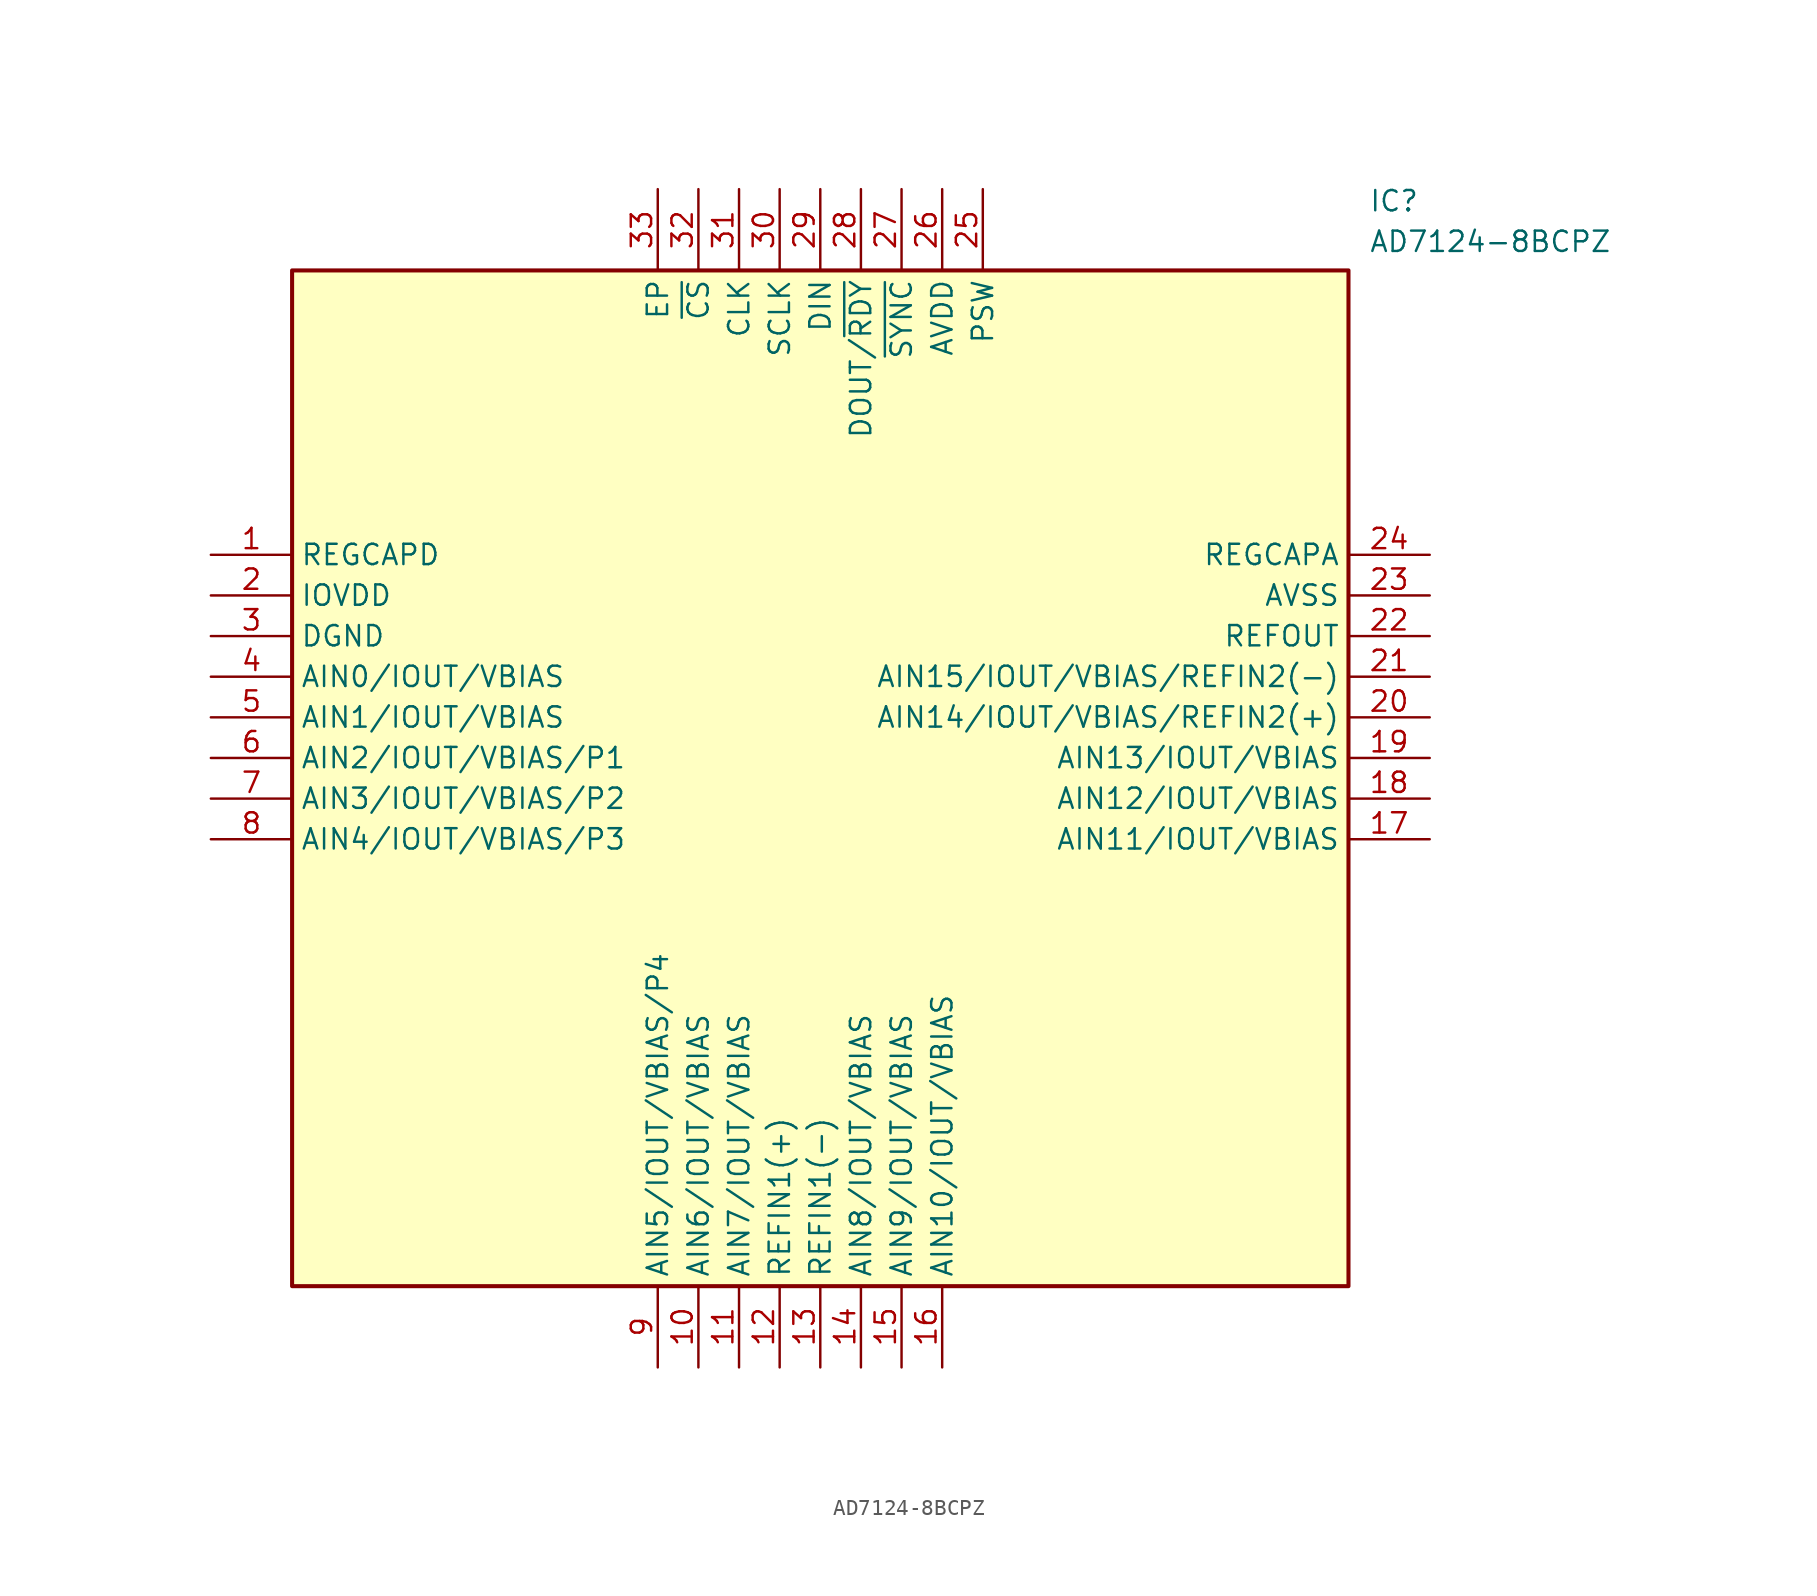
<source format=kicad_sym>
(kicad_symbol_lib
  (version 20211014)
  (generator SamacSys_ECAD_Model)
  (symbol "AD7124-8BCPZ"
    (property "Reference" "IC"
      (at 72.39 22.86 0)
      (effects (font (size 1.27 1.27)) (justify left top)))
    (property "Value" "AD7124-8BCPZ"
      (at 72.39 20.32 0)
      (effects (font (size 1.27 1.27)) (justify left top)))
    (rectangle
      (start 5.08 17.78)
      (end 71.12 -45.72)
      (stroke (width 0.254) (type default))
      (fill (type background)))
    (pin passive line
      (at 0 0 0)
      (length 5.08)
      (name "REGCAPD" (effects (font (size 1.27 1.27))))
      (number "1" (effects (font (size 1.27 1.27)))))
    (pin passive line
      (at 0 -2.54 0)
      (length 5.08)
      (name "IOVDD" (effects (font (size 1.27 1.27))))
      (number "2" (effects (font (size 1.27 1.27)))))
    (pin passive line
      (at 0 -5.08 0)
      (length 5.08)
      (name "DGND" (effects (font (size 1.27 1.27))))
      (number "3" (effects (font (size 1.27 1.27)))))
    (pin passive line
      (at 0 -7.62 0)
      (length 5.08)
      (name "AIN0/IOUT/VBIAS" (effects (font (size 1.27 1.27))))
      (number "4" (effects (font (size 1.27 1.27)))))
    (pin passive line
      (at 0 -10.16 0)
      (length 5.08)
      (name "AIN1/IOUT/VBIAS" (effects (font (size 1.27 1.27))))
      (number "5" (effects (font (size 1.27 1.27)))))
    (pin passive line
      (at 0 -12.7 0)
      (length 5.08)
      (name "AIN2/IOUT/VBIAS/P1" (effects (font (size 1.27 1.27))))
      (number "6" (effects (font (size 1.27 1.27)))))
    (pin passive line
      (at 0 -15.24 0)
      (length 5.08)
      (name "AIN3/IOUT/VBIAS/P2" (effects (font (size 1.27 1.27))))
      (number "7" (effects (font (size 1.27 1.27)))))
    (pin passive line
      (at 0 -17.78 0)
      (length 5.08)
      (name "AIN4/IOUT/VBIAS/P3" (effects (font (size 1.27 1.27))))
      (number "8" (effects (font (size 1.27 1.27)))))
    (pin passive line
      (at 27.94 -50.8 90)
      (length 5.08)
      (name "AIN5/IOUT/VBIAS/P4" (effects (font (size 1.27 1.27))))
      (number "9" (effects (font (size 1.27 1.27)))))
    (pin passive line
      (at 30.48 -50.8 90)
      (length 5.08)
      (name "AIN6/IOUT/VBIAS" (effects (font (size 1.27 1.27))))
      (number "10" (effects (font (size 1.27 1.27)))))
    (pin passive line
      (at 33.02 -50.8 90)
      (length 5.08)
      (name "AIN7/IOUT/VBIAS" (effects (font (size 1.27 1.27))))
      (number "11" (effects (font (size 1.27 1.27)))))
    (pin passive line
      (at 35.56 -50.8 90)
      (length 5.08)
      (name "REFIN1(+)" (effects (font (size 1.27 1.27))))
      (number "12" (effects (font (size 1.27 1.27)))))
    (pin passive line
      (at 38.1 -50.8 90)
      (length 5.08)
      (name "REFIN1(-)" (effects (font (size 1.27 1.27))))
      (number "13" (effects (font (size 1.27 1.27)))))
    (pin passive line
      (at 40.64 -50.8 90)
      (length 5.08)
      (name "AIN8/IOUT/VBIAS" (effects (font (size 1.27 1.27))))
      (number "14" (effects (font (size 1.27 1.27)))))
    (pin passive line
      (at 43.18 -50.8 90)
      (length 5.08)
      (name "AIN9/IOUT/VBIAS" (effects (font (size 1.27 1.27))))
      (number "15" (effects (font (size 1.27 1.27)))))
    (pin passive line
      (at 45.72 -50.8 90)
      (length 5.08)
      (name "AIN10/IOUT/VBIAS" (effects (font (size 1.27 1.27))))
      (number "16" (effects (font (size 1.27 1.27)))))
    (pin passive line
      (at 76.2 0 180)
      (length 5.08)
      (name "REGCAPA" (effects (font (size 1.27 1.27))))
      (number "24" (effects (font (size 1.27 1.27)))))
    (pin passive line
      (at 76.2 -2.54 180)
      (length 5.08)
      (name "AVSS" (effects (font (size 1.27 1.27))))
      (number "23" (effects (font (size 1.27 1.27)))))
    (pin passive line
      (at 76.2 -5.08 180)
      (length 5.08)
      (name "REFOUT" (effects (font (size 1.27 1.27))))
      (number "22" (effects (font (size 1.27 1.27)))))
    (pin passive line
      (at 76.2 -7.62 180)
      (length 5.08)
      (name "AIN15/IOUT/VBIAS/REFIN2(-)" (effects (font (size 1.27 1.27))))
      (number "21" (effects (font (size 1.27 1.27)))))
    (pin passive line
      (at 76.2 -10.16 180)
      (length 5.08)
      (name "AIN14/IOUT/VBIAS/REFIN2(+)" (effects (font (size 1.27 1.27))))
      (number "20" (effects (font (size 1.27 1.27)))))
    (pin passive line
      (at 76.2 -12.7 180)
      (length 5.08)
      (name "AIN13/IOUT/VBIAS" (effects (font (size 1.27 1.27))))
      (number "19" (effects (font (size 1.27 1.27)))))
    (pin passive line
      (at 76.2 -15.24 180)
      (length 5.08)
      (name "AIN12/IOUT/VBIAS" (effects (font (size 1.27 1.27))))
      (number "18" (effects (font (size 1.27 1.27)))))
    (pin passive line
      (at 76.2 -17.78 180)
      (length 5.08)
      (name "AIN11/IOUT/VBIAS" (effects (font (size 1.27 1.27))))
      (number "17" (effects (font (size 1.27 1.27)))))
    (pin passive line
      (at 27.94 22.86 270)
      (length 5.08)
      (name "EP" (effects (font (size 1.27 1.27))))
      (number "33" (effects (font (size 1.27 1.27)))))
    (pin passive line
      (at 30.48 22.86 270)
      (length 5.08)
      (name "~{CS}" (effects (font (size 1.27 1.27))))
      (number "32" (effects (font (size 1.27 1.27)))))
    (pin passive line
      (at 33.02 22.86 270)
      (length 5.08)
      (name "CLK" (effects (font (size 1.27 1.27))))
      (number "31" (effects (font (size 1.27 1.27)))))
    (pin passive line
      (at 35.56 22.86 270)
      (length 5.08)
      (name "SCLK" (effects (font (size 1.27 1.27))))
      (number "30" (effects (font (size 1.27 1.27)))))
    (pin passive line
      (at 38.1 22.86 270)
      (length 5.08)
      (name "DIN" (effects (font (size 1.27 1.27))))
      (number "29" (effects (font (size 1.27 1.27)))))
    (pin passive line
      (at 40.64 22.86 270)
      (length 5.08)
      (name "DOUT/~{RDY}" (effects (font (size 1.27 1.27))))
      (number "28" (effects (font (size 1.27 1.27)))))
    (pin passive line
      (at 43.18 22.86 270)
      (length 5.08)
      (name "~{SYNC}" (effects (font (size 1.27 1.27))))
      (number "27" (effects (font (size 1.27 1.27)))))
    (pin passive line
      (at 45.72 22.86 270)
      (length 5.08)
      (name "AVDD" (effects (font (size 1.27 1.27))))
      (number "26" (effects (font (size 1.27 1.27)))))
    (pin passive line
      (at 48.26 22.86 270)
      (length 5.08)
      (name "PSW" (effects (font (size 1.27 1.27))))
      (number "25" (effects (font (size 1.27 1.27)))))))
</source>
